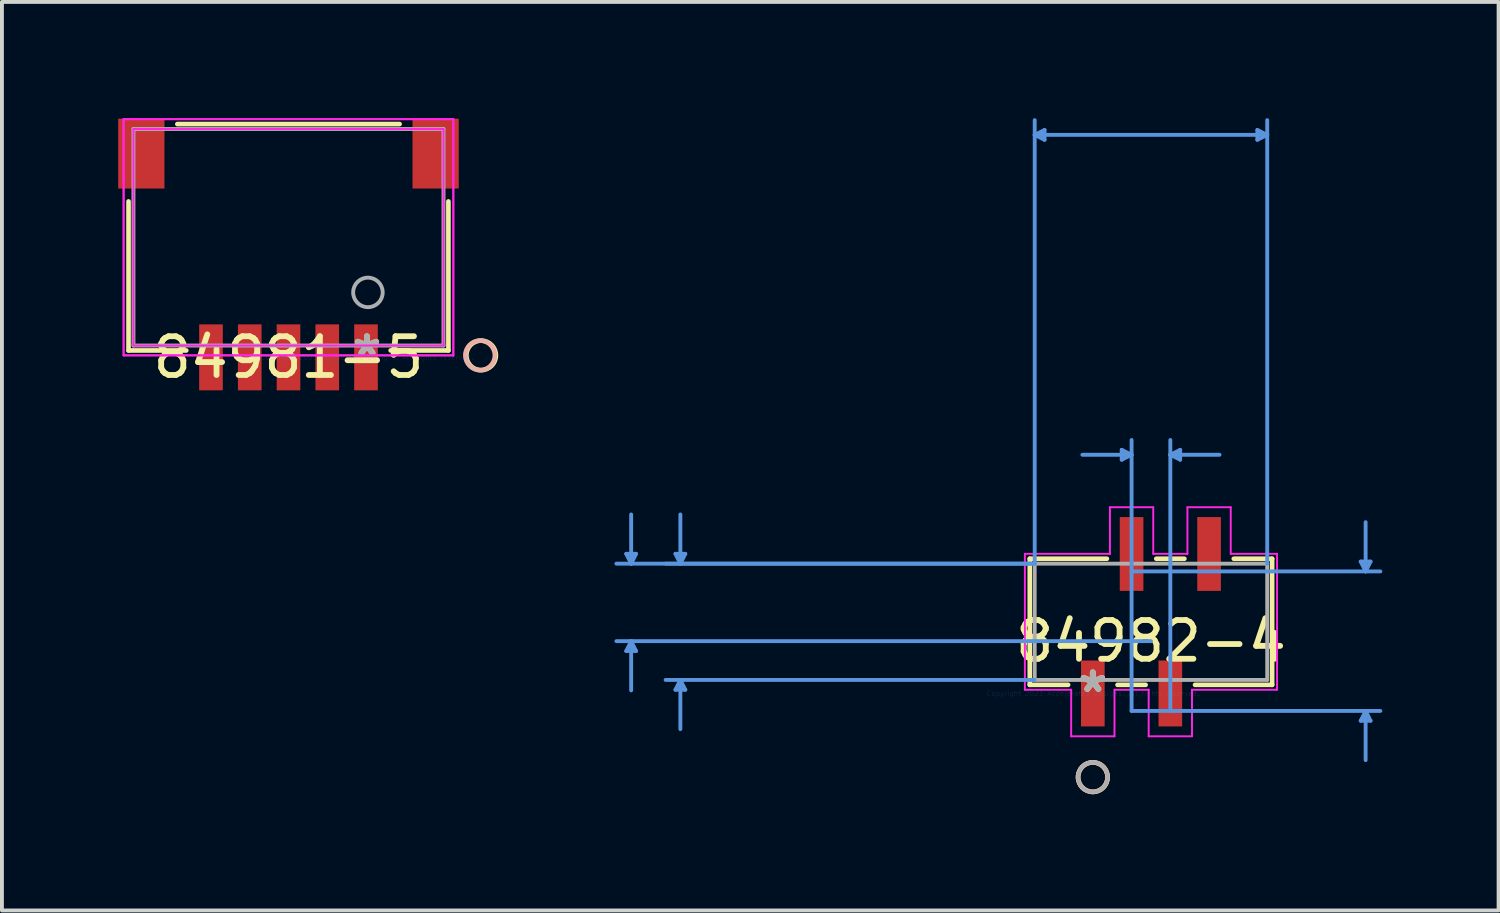
<source format=kicad_pcb>
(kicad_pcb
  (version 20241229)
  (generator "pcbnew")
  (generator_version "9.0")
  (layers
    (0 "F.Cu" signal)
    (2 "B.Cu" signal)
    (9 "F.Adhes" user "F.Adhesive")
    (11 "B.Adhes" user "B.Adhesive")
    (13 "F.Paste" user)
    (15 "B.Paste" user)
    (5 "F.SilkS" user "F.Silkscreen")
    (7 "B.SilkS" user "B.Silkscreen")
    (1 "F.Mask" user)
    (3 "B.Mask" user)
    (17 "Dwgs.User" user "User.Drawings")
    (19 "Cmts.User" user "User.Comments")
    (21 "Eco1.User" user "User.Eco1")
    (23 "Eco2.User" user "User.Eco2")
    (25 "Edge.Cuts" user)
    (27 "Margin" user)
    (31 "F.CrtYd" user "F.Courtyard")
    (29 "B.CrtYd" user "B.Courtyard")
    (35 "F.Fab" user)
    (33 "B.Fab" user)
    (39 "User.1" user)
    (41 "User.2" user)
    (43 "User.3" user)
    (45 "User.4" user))
  (footprint "84982-4"
    (layer "F.Cu")
    (at 25.152 14.846)
    (property "Reference" "84982-4" (at 1.5 -1.35 0) (layer "F.SilkS") (effects (font (size 1 1) (thickness 0.15))))
    (attr through_hole)
    (fp_line (start -1.627 -3.477) (end 0.362 -3.477) (stroke (width 0.12) (type solid)) (layer "F.SilkS"))
    (fp_line (start -1.627 -0.223) (end -1.627 -3.477) (stroke (width 0.12) (type solid)) (layer "F.SilkS"))
    (fp_line (start -0.638 -0.223) (end -1.627 -0.223) (stroke (width 0.12) (type solid)) (layer "F.SilkS"))
    (fp_line (start 1.362 -0.223) (end 0.638 -0.223) (stroke (width 0.12) (type solid)) (layer "F.SilkS"))
    (fp_line (start 1.638 -3.477) (end 2.362 -3.477) (stroke (width 0.12) (type solid)) (layer "F.SilkS"))
    (fp_line (start 3.638 -3.477) (end 4.627 -3.477) (stroke (width 0.12) (type solid)) (layer "F.SilkS"))
    (fp_line (start 4.627 -3.477) (end 4.627 -0.223) (stroke (width 0.12) (type solid)) (layer "F.SilkS"))
    (fp_line (start 4.627 -0.223) (end 2.638 -0.223) (stroke (width 0.12) (type solid)) (layer "F.SilkS"))
    (fp_circle (center 0 2.159) (end 0.381 2.159) (stroke (width 0.12) (type solid)) (fill no) (layer "F.SilkS"))
    (fp_circle (center 0 2.159) (end 0.381 2.159) (stroke (width 0.12) (type solid)) (fill no) (layer "B.SilkS"))
    (fp_line (start -12.041 -3.604) (end -11.787 -3.604) (stroke (width 0.1) (type solid)) (layer "Cmts.User"))
    (fp_line (start -12.041 -1.096) (end -11.787 -1.096) (stroke (width 0.1) (type solid)) (layer "Cmts.User"))
    (fp_line (start -11.914 -3.35) (end -12.041 -3.604) (stroke (width 0.1) (type solid)) (layer "Cmts.User"))
    (fp_line (start -11.914 -3.35) (end -11.914 -4.62) (stroke (width 0.1) (type solid)) (layer "Cmts.User"))
    (fp_line (start -11.914 -3.35) (end -11.787 -3.604) (stroke (width 0.1) (type solid)) (layer "Cmts.User"))
    (fp_line (start -11.914 -1.35) (end -12.041 -1.096) (stroke (width 0.1) (type solid)) (layer "Cmts.User"))
    (fp_line (start -11.914 -1.35) (end -11.914 -0.08) (stroke (width 0.1) (type solid)) (layer "Cmts.User"))
    (fp_line (start -11.914 -1.35) (end -11.787 -1.096) (stroke (width 0.1) (type solid)) (layer "Cmts.User"))
    (fp_line (start -10.771 -3.604) (end -10.517 -3.604) (stroke (width 0.1) (type solid)) (layer "Cmts.User"))
    (fp_line (start -10.771 -0.096) (end -10.517 -0.096) (stroke (width 0.1) (type solid)) (layer "Cmts.User"))
    (fp_line (start -10.644 -3.35) (end -10.771 -3.604) (stroke (width 0.1) (type solid)) (layer "Cmts.User"))
    (fp_line (start -10.644 -3.35) (end -10.644 -4.62) (stroke (width 0.1) (type solid)) (layer "Cmts.User"))
    (fp_line (start -10.644 -3.35) (end -10.517 -3.604) (stroke (width 0.1) (type solid)) (layer "Cmts.User"))
    (fp_line (start -10.644 -0.35) (end -10.771 -0.096) (stroke (width 0.1) (type solid)) (layer "Cmts.User"))
    (fp_line (start -10.644 -0.35) (end -10.644 0.92) (stroke (width 0.1) (type solid)) (layer "Cmts.User"))
    (fp_line (start -10.644 -0.35) (end -10.517 -0.096) (stroke (width 0.1) (type solid)) (layer "Cmts.User"))
    (fp_line (start -1.5 -14.415) (end -1.246 -14.542) (stroke (width 0.1) (type solid)) (layer "Cmts.User"))
    (fp_line (start -1.5 -14.415) (end -1.246 -14.288) (stroke (width 0.1) (type solid)) (layer "Cmts.User"))
    (fp_line (start -1.5 -14.415) (end 4.5 -14.415) (stroke (width 0.1) (type solid)) (layer "Cmts.User"))
    (fp_line (start -1.5 -3.35) (end -12.295 -3.35) (stroke (width 0.1) (type solid)) (layer "Cmts.User"))
    (fp_line (start -1.5 -3.35) (end -11.025 -3.35) (stroke (width 0.1) (type solid)) (layer "Cmts.User"))
    (fp_line (start -1.5 -3.35) (end -1.5 -14.796) (stroke (width 0.1) (type solid)) (layer "Cmts.User"))
    (fp_line (start -1.5 -0.35) (end -11.025 -0.35) (stroke (width 0.1) (type solid)) (layer "Cmts.User"))
    (fp_line (start -1.246 -14.542) (end -1.246 -14.288) (stroke (width 0.1) (type solid)) (layer "Cmts.User"))
    (fp_line (start 0.746 -6.287) (end 0.746 -6.033) (stroke (width 0.1) (type solid)) (layer "Cmts.User"))
    (fp_line (start 1 -6.16) (end -0.27 -6.16) (stroke (width 0.1) (type solid)) (layer "Cmts.User"))
    (fp_line (start 1 -6.16) (end 0.746 -6.287) (stroke (width 0.1) (type solid)) (layer "Cmts.User"))
    (fp_line (start 1 -6.16) (end 0.746 -6.033) (stroke (width 0.1) (type solid)) (layer "Cmts.User"))
    (fp_line (start 1 -3.15) (end 7.421 -3.15) (stroke (width 0.1) (type solid)) (layer "Cmts.User"))
    (fp_line (start 1 0.45) (end 1 -6.541) (stroke (width 0.1) (type solid)) (layer "Cmts.User"))
    (fp_line (start 1 0.45) (end 7.421 0.45) (stroke (width 0.1) (type solid)) (layer "Cmts.User"))
    (fp_line (start 1.5 -1.35) (end -12.295 -1.35) (stroke (width 0.1) (type solid)) (layer "Cmts.User"))
    (fp_line (start 2 -6.16) (end 2.254 -6.287) (stroke (width 0.1) (type solid)) (layer "Cmts.User"))
    (fp_line (start 2 -6.16) (end 2.254 -6.033) (stroke (width 0.1) (type solid)) (layer "Cmts.User"))
    (fp_line (start 2 -6.16) (end 3.27 -6.16) (stroke (width 0.1) (type solid)) (layer "Cmts.User"))
    (fp_line (start 2 0.45) (end 2 -6.541) (stroke (width 0.1) (type solid)) (layer "Cmts.User"))
    (fp_line (start 2.254 -6.287) (end 2.254 -6.033) (stroke (width 0.1) (type solid)) (layer "Cmts.User"))
    (fp_line (start 4.246 -14.542) (end 4.246 -14.288) (stroke (width 0.1) (type solid)) (layer "Cmts.User"))
    (fp_line (start 4.5 -14.415) (end 4.246 -14.542) (stroke (width 0.1) (type solid)) (layer "Cmts.User"))
    (fp_line (start 4.5 -14.415) (end 4.246 -14.288) (stroke (width 0.1) (type solid)) (layer "Cmts.User"))
    (fp_line (start 4.5 -3.35) (end 4.5 -14.796) (stroke (width 0.1) (type solid)) (layer "Cmts.User"))
    (fp_line (start 6.913 -3.404) (end 7.167 -3.404) (stroke (width 0.1) (type solid)) (layer "Cmts.User"))
    (fp_line (start 6.913 0.704) (end 7.167 0.704) (stroke (width 0.1) (type solid)) (layer "Cmts.User"))
    (fp_line (start 7.04 -3.15) (end 6.913 -3.404) (stroke (width 0.1) (type solid)) (layer "Cmts.User"))
    (fp_line (start 7.04 -3.15) (end 7.04 -4.42) (stroke (width 0.1) (type solid)) (layer "Cmts.User"))
    (fp_line (start 7.04 -3.15) (end 7.167 -3.404) (stroke (width 0.1) (type solid)) (layer "Cmts.User"))
    (fp_line (start 7.04 0.45) (end 6.913 0.704) (stroke (width 0.1) (type solid)) (layer "Cmts.User"))
    (fp_line (start 7.04 0.45) (end 7.04 1.72) (stroke (width 0.1) (type solid)) (layer "Cmts.User"))
    (fp_line (start 7.04 0.45) (end 7.167 0.704) (stroke (width 0.1) (type solid)) (layer "Cmts.User"))
    (fp_line (start -1.754 -3.604) (end -1.754 -0.096) (stroke (width 0.05) (type solid)) (layer "F.CrtYd"))
    (fp_line (start -1.754 -0.096) (end -0.559 -0.096) (stroke (width 0.05) (type solid)) (layer "F.CrtYd"))
    (fp_line (start -0.559 -0.096) (end -0.559 1.105) (stroke (width 0.05) (type solid)) (layer "F.CrtYd"))
    (fp_line (start -0.559 1.105) (end 0.559 1.105) (stroke (width 0.05) (type solid)) (layer "F.CrtYd"))
    (fp_line (start 0.441 -4.806) (end 0.441 -3.604) (stroke (width 0.05) (type solid)) (layer "F.CrtYd"))
    (fp_line (start 0.441 -3.604) (end -1.754 -3.604) (stroke (width 0.05) (type solid)) (layer "F.CrtYd"))
    (fp_line (start 0.559 -0.096) (end 1.441 -0.096) (stroke (width 0.05) (type solid)) (layer "F.CrtYd"))
    (fp_line (start 0.559 1.105) (end 0.559 -0.096) (stroke (width 0.05) (type solid)) (layer "F.CrtYd"))
    (fp_line (start 1.441 -0.096) (end 1.441 1.105) (stroke (width 0.05) (type solid)) (layer "F.CrtYd"))
    (fp_line (start 1.441 1.105) (end 2.559 1.105) (stroke (width 0.05) (type solid)) (layer "F.CrtYd"))
    (fp_line (start 1.559 -4.806) (end 0.441 -4.806) (stroke (width 0.05) (type solid)) (layer "F.CrtYd"))
    (fp_line (start 1.559 -3.604) (end 1.559 -4.806) (stroke (width 0.05) (type solid)) (layer "F.CrtYd"))
    (fp_line (start 2.441 -4.806) (end 2.441 -3.604) (stroke (width 0.05) (type solid)) (layer "F.CrtYd"))
    (fp_line (start 2.441 -3.604) (end 1.559 -3.604) (stroke (width 0.05) (type solid)) (layer "F.CrtYd"))
    (fp_line (start 2.559 -0.096) (end 4.754 -0.096) (stroke (width 0.05) (type solid)) (layer "F.CrtYd"))
    (fp_line (start 2.559 1.105) (end 2.559 -0.096) (stroke (width 0.05) (type solid)) (layer "F.CrtYd"))
    (fp_line (start 3.559 -4.806) (end 2.441 -4.806) (stroke (width 0.05) (type solid)) (layer "F.CrtYd"))
    (fp_line (start 3.559 -3.604) (end 3.559 -4.806) (stroke (width 0.05) (type solid)) (layer "F.CrtYd"))
    (fp_line (start 4.754 -3.604) (end 3.559 -3.604) (stroke (width 0.05) (type solid)) (layer "F.CrtYd"))
    (fp_line (start 4.754 -0.096) (end 4.754 -3.604) (stroke (width 0.05) (type solid)) (layer "F.CrtYd"))
    (fp_line (start -1.5 -3.35) (end -1.5 -0.35) (stroke (width 0.1) (type solid)) (layer "F.Fab"))
    (fp_line (start -1.5 -0.35) (end 4.5 -0.35) (stroke (width 0.1) (type solid)) (layer "F.Fab"))
    (fp_line (start 4.5 -3.35) (end -1.5 -3.35) (stroke (width 0.1) (type solid)) (layer "F.Fab"))
    (fp_line (start 4.5 -0.35) (end 4.5 -3.35) (stroke (width 0.1) (type solid)) (layer "F.Fab"))
    (fp_circle (center 0 2.159) (end 0.381 2.159) (stroke (width 0.1) (type solid)) (fill no) (layer "F.Fab"))
    (fp_text user "*" (at 0 0 0) (layer "F.SilkS") (effects (font (size 1 1) (thickness 0.15))))
    (fp_text user "Copyright 2021 Accelerated Designs. All rights reserved." (at 0 0 0) (layer "Cmts.User") (effects (font (size 0.127 0.127) (thickness 0.002))))
    (fp_text user "*" (at 0 0 0) (layer "F.Fab") (effects (font (size 1 1) (thickness 0.15))))
    (pad "1" smd rect (at 0 0) (size 0.61 1.702) (layers "F.Cu" "F.Mask" "F.Paste"))
    (pad "2" smd rect (at 2 0) (size 0.61 1.702) (layers "F.Cu" "F.Mask" "F.Paste"))
    (pad "3" smd rect (at 1 -3.6) (size 0.61 1.905) (layers "F.Cu" "F.Mask" "F.Paste"))
    (pad "4" smd rect (at 3 -3.6) (size 0.61 1.905) (layers "F.Cu" "F.Mask" "F.Paste")))
  (footprint "84981-5"
    (layer "F.Cu")
    (at 6.42 6.172)
    (property "Reference" "84981-5" (at -2.025 0 0) (layer "F.SilkS") (effects (font (size 1 1) (thickness 0.15))))
    (attr through_hole)
    (fp_line (start -6.153 -4.023) (end -6.153 -0.178) (stroke (width 0.12) (type solid)) (layer "F.SilkS"))
    (fp_line (start -6.153 -0.178) (end -4.663 -0.178) (stroke (width 0.12) (type solid)) (layer "F.SilkS"))
    (fp_line (start 0.612 -0.178) (end 2.102 -0.178) (stroke (width 0.12) (type solid)) (layer "F.SilkS"))
    (fp_line (start 0.842 -6.02) (end -4.893 -6.02) (stroke (width 0.12) (type solid)) (layer "F.SilkS"))
    (fp_line (start 2.102 -0.178) (end 2.102 -4.023) (stroke (width 0.12) (type solid)) (layer "F.SilkS"))
    (fp_circle (center 2.946 -0.051) (end 3.327 -0.051) (stroke (width 0.12) (type solid)) (fill no) (layer "F.SilkS"))
    (fp_circle (center 2.921 -0.051) (end 3.302 -0.051) (stroke (width 0.12) (type solid)) (fill no) (layer "B.SilkS"))
    (fp_line (start -6.28 -6.147) (end -6.28 -0.051) (stroke (width 0.05) (type solid)) (layer "F.CrtYd"))
    (fp_line (start -6.28 -6.147) (end -6.28 -0.051) (stroke (width 0.05) (type solid)) (layer "F.CrtYd"))
    (fp_line (start -6.28 -0.051) (end 2.229 -0.051) (stroke (width 0.05) (type solid)) (layer "F.CrtYd"))
    (fp_line (start -6.28 -0.051) (end 2.229 -0.051) (stroke (width 0.05) (type solid)) (layer "F.CrtYd"))
    (fp_line (start -6.026 -5.893) (end -6.026 -0.305) (stroke (width 0.05) (type solid)) (layer "F.CrtYd"))
    (fp_line (start -6.026 -0.305) (end 1.975 -0.305) (stroke (width 0.05) (type solid)) (layer "F.CrtYd"))
    (fp_line (start 1.975 -5.893) (end -6.026 -5.893) (stroke (width 0.05) (type solid)) (layer "F.CrtYd"))
    (fp_line (start 1.975 -0.305) (end 1.975 -5.893) (stroke (width 0.05) (type solid)) (layer "F.CrtYd"))
    (fp_line (start 2.229 -6.147) (end -6.28 -6.147) (stroke (width 0.05) (type solid)) (layer "F.CrtYd"))
    (fp_line (start 2.229 -6.147) (end -6.28 -6.147) (stroke (width 0.05) (type solid)) (layer "F.CrtYd"))
    (fp_line (start 2.229 -0.051) (end 2.229 -6.147) (stroke (width 0.05) (type solid)) (layer "F.CrtYd"))
    (fp_line (start 2.229 -0.051) (end 2.229 -6.147) (stroke (width 0.05) (type solid)) (layer "F.CrtYd"))
    (fp_line (start -6.026 -5.893) (end -6.026 -0.305) (stroke (width 0.1) (type solid)) (layer "F.Fab"))
    (fp_line (start -6.026 -0.305) (end 1.975 -0.305) (stroke (width 0.1) (type solid)) (layer "F.Fab"))
    (fp_line (start 1.975 -5.893) (end -6.026 -5.893) (stroke (width 0.1) (type solid)) (layer "F.Fab"))
    (fp_line (start 1.975 -0.305) (end 1.975 -5.893) (stroke (width 0.1) (type solid)) (layer "F.Fab"))
    (fp_circle (center 0.025 -1.676) (end 0.406 -1.676) (stroke (width 0.1) (type solid)) (fill no) (layer "F.Fab"))
    (fp_text user "*" (at 0 0 0) (layer "F.SilkS") (effects (font (size 1 1) (thickness 0.15))))
    (fp_text user "Copyright 2021 Accelerated Designs. All rights reserved." (at 0 0 0) (layer "Cmts.User") (effects (font (size 0.127 0.127) (thickness 0.002))))
    (fp_text user "*" (at 0 0 0) (layer "F.Fab") (effects (font (size 1 1) (thickness 0.15))))
    (pad "1" smd rect (at -0.025 0) (size 0.61 1.702) (layers "F.Cu" "F.Mask" "F.Paste"))
    (pad "2" smd rect (at -1.025 0) (size 0.61 1.702) (layers "F.Cu" "F.Mask" "F.Paste"))
    (pad "3" smd rect (at -2.025 0) (size 0.61 1.702) (layers "F.Cu" "F.Mask" "F.Paste"))
    (pad "4" smd rect (at -3.025 0) (size 0.61 1.702) (layers "F.Cu" "F.Mask" "F.Paste"))
    (pad "5" smd rect (at -4.025 0) (size 0.61 1.702) (layers "F.Cu" "F.Mask" "F.Paste"))
    (pad "6" smd rect (at -5.823 -5.258) (size 1.194 1.803) (layers "F.Cu" "F.Mask" "F.Paste"))
    (pad "7" smd rect (at 1.772 -5.258) (size 1.194 1.803) (layers "F.Cu" "F.Mask" "F.Paste")))
  (gr_rect
    (start -3 -3)
    (end 35.623 20.446)
    (stroke (width 0.1) (type default))
    (fill no)
    (layer "Edge.Cuts")))
</source>
